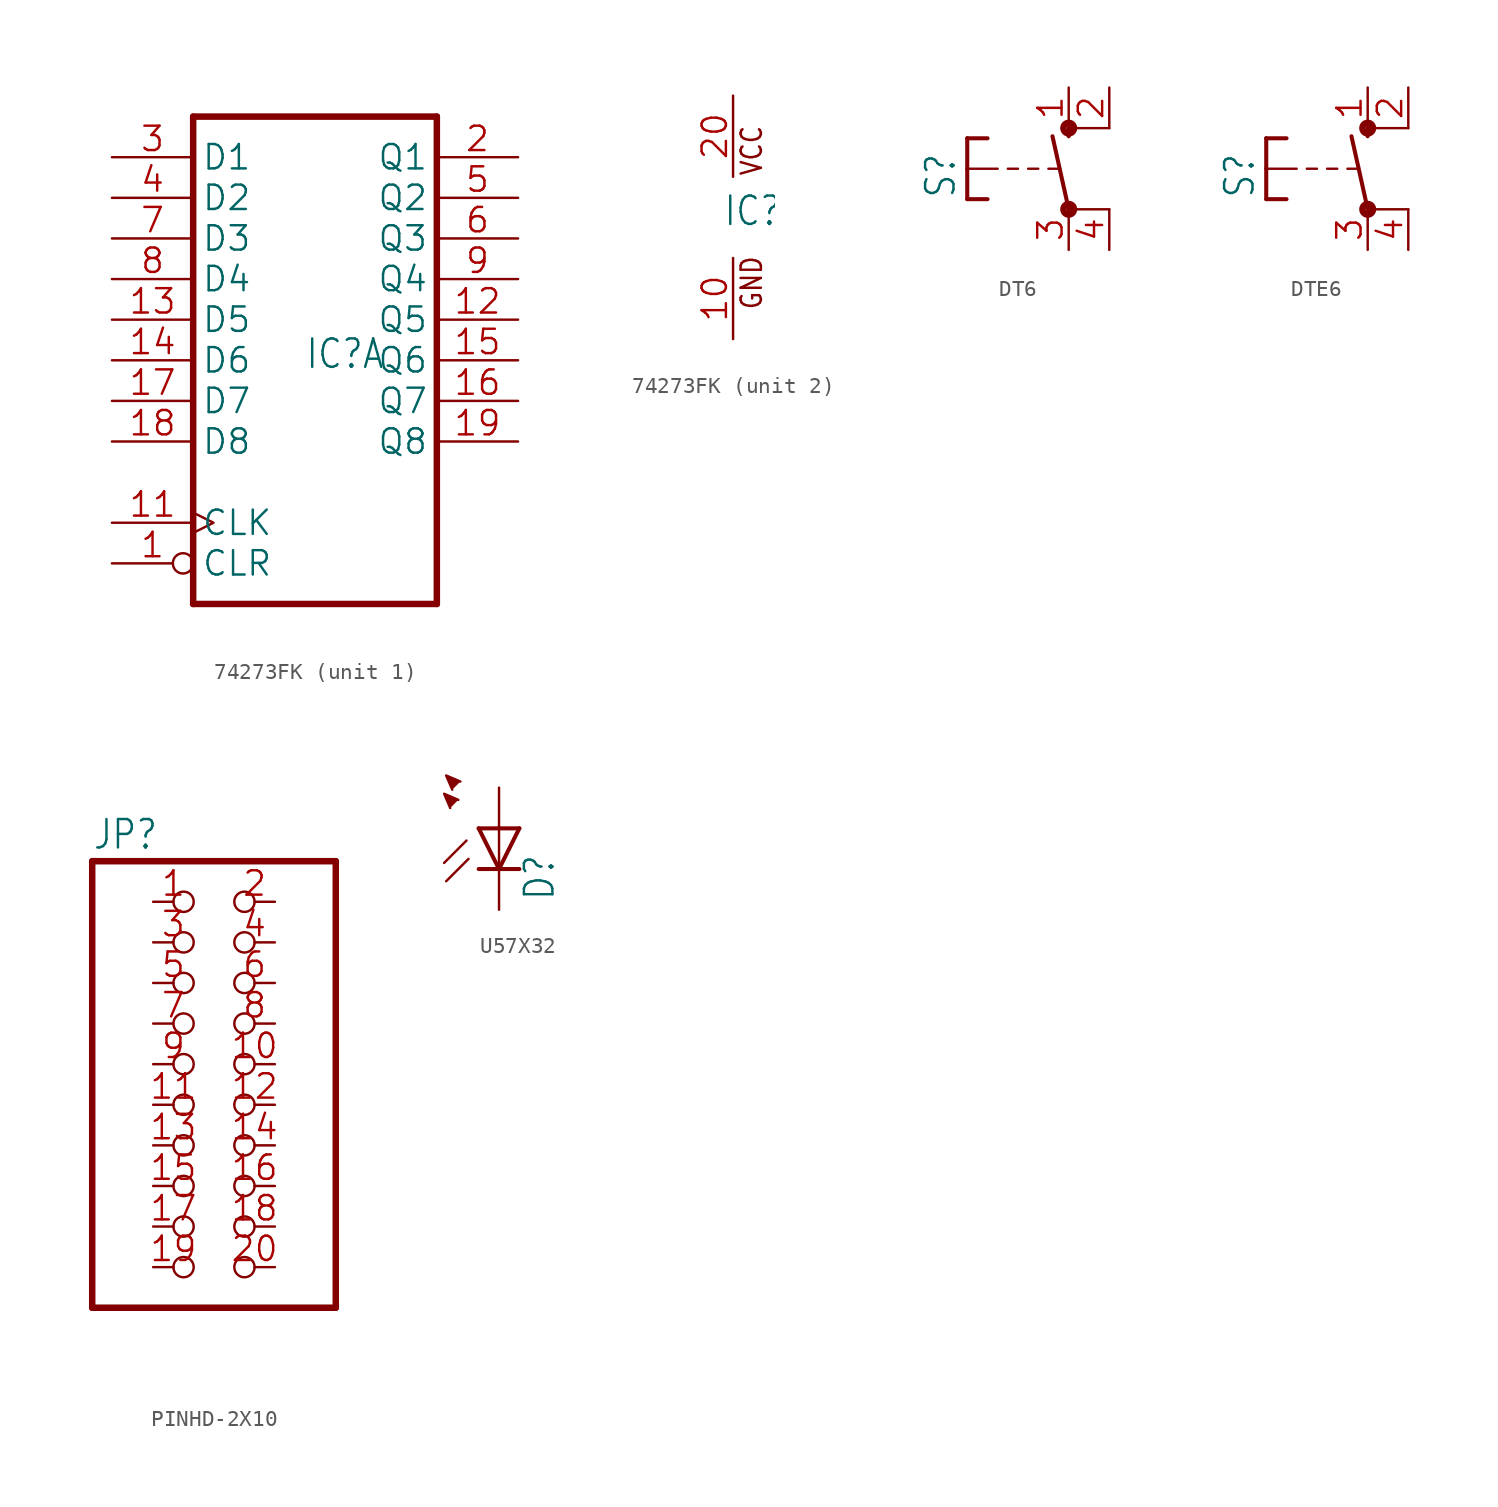
<source format=kicad_sym>
(kicad_symbol_lib
  (version 20241209)
  (generator "kicad_symbol_editor")
  (generator_version "9.0")
  (symbol "74273FK"
    (property "Reference" "IC"
      (at -0.635 -0.635 0)
      (effects (font (size 1.778 1.511)) (justify left bottom)))
    (property "ki_locked" ""
      (at 0 0 0)
      (effects (font (size 1.27 1.27))))
    (symbol "74273FK_1_0"
      (polyline (pts (xy -7.62 15.24) (xy -7.62 -15.24)) (stroke (width 0.406) (type solid)) (fill (type none)))
      (polyline (pts (xy -7.62 -15.24) (xy 7.62 -15.24)) (stroke (width 0.406) (type solid)) (fill (type none)))
      (polyline (pts (xy 7.62 15.24) (xy -7.62 15.24)) (stroke (width 0.406) (type solid)) (fill (type none)))
      (polyline (pts (xy 7.62 -15.24) (xy 7.62 15.24)) (stroke (width 0.406) (type solid)) (fill (type none)))
      (pin input line (at -12.7 12.7 0) (length 5.08) (name "D1" (effects (font (size 1.524 1.524)))) (number "3" (effects (font (size 1.524 1.524)))))
      (pin input line (at -12.7 10.16 0) (length 5.08) (name "D2" (effects (font (size 1.524 1.524)))) (number "4" (effects (font (size 1.524 1.524)))))
      (pin input line (at -12.7 7.62 0) (length 5.08) (name "D3" (effects (font (size 1.524 1.524)))) (number "7" (effects (font (size 1.524 1.524)))))
      (pin input line (at -12.7 5.08 0) (length 5.08) (name "D4" (effects (font (size 1.524 1.524)))) (number "8" (effects (font (size 1.524 1.524)))))
      (pin input line (at -12.7 2.54 0) (length 5.08) (name "D5" (effects (font (size 1.524 1.524)))) (number "13" (effects (font (size 1.524 1.524)))))
      (pin input line (at -12.7 0 0) (length 5.08) (name "D6" (effects (font (size 1.524 1.524)))) (number "14" (effects (font (size 1.524 1.524)))))
      (pin input line (at -12.7 -2.54 0) (length 5.08) (name "D7" (effects (font (size 1.524 1.524)))) (number "17" (effects (font (size 1.524 1.524)))))
      (pin input line (at -12.7 -5.08 0) (length 5.08) (name "D8" (effects (font (size 1.524 1.524)))) (number "18" (effects (font (size 1.524 1.524)))))
      (pin input clock (at -12.7 -10.16 0) (length 5.08) (name "CLK" (effects (font (size 1.524 1.524)))) (number "11" (effects (font (size 1.524 1.524)))))
      (pin input inverted (at -12.7 -12.7 0) (length 5.08) (name "CLR" (effects (font (size 1.524 1.524)))) (number "1" (effects (font (size 1.524 1.524)))))
      (pin output line (at 12.7 12.7 180) (length 5.08) (name "Q1" (effects (font (size 1.524 1.524)))) (number "2" (effects (font (size 1.524 1.524)))))
      (pin output line (at 12.7 10.16 180) (length 5.08) (name "Q2" (effects (font (size 1.524 1.524)))) (number "5" (effects (font (size 1.524 1.524)))))
      (pin output line (at 12.7 7.62 180) (length 5.08) (name "Q3" (effects (font (size 1.524 1.524)))) (number "6" (effects (font (size 1.524 1.524)))))
      (pin output line (at 12.7 5.08 180) (length 5.08) (name "Q4" (effects (font (size 1.524 1.524)))) (number "9" (effects (font (size 1.524 1.524)))))
      (pin output line (at 12.7 2.54 180) (length 5.08) (name "Q5" (effects (font (size 1.524 1.524)))) (number "12" (effects (font (size 1.524 1.524)))))
      (pin output line (at 12.7 0 180) (length 5.08) (name "Q6" (effects (font (size 1.524 1.524)))) (number "15" (effects (font (size 1.524 1.524)))))
      (pin output line (at 12.7 -2.54 180) (length 5.08) (name "Q7" (effects (font (size 1.524 1.524)))) (number "16" (effects (font (size 1.524 1.524)))))
      (pin output line (at 12.7 -5.08 180) (length 5.08) (name "Q8" (effects (font (size 1.524 1.524)))) (number "19" (effects (font (size 1.524 1.524))))))
    (symbol "74273FK_2_0"
      (text "VCC" (at 1.905 2.54 900) (effects (font (size 1.27 1.079)) (justify left bottom)))
      (text "GND" (at 1.905 -5.842 900) (effects (font (size 1.27 1.079)) (justify left bottom)))
      (pin power_in line (at 0 7.62 270) (length 5.08) (name "VCC" (effects (font (size 0 0)))) (number "20" (effects (font (size 1.524 1.524)))))
      (pin power_in line (at 0 -7.62 90) (length 5.08) (name "GND" (effects (font (size 0 0)))) (number "10" (effects (font (size 1.524 1.524)))))))
  (symbol "DT6"
    (property "Reference" "S"
      (at -6.985 -1.905 90)
      (effects (font (size 1.778 1.511)) (justify left bottom)))
    (property "Value" ""
      (at -4.445 2.54 90)
      (effects (font (size 1.778 1.511)) (justify left bottom)))
    (property "ki_locked" ""
      (at 0 0 0)
      (effects (font (size 1.27 1.27))))
    (symbol "DT6_1_0"
      (polyline (pts (xy -6.35 1.905) (xy -6.35 0)) (stroke (width 0.254) (type solid)) (fill (type none)))
      (polyline (pts (xy -6.35 1.905) (xy -5.08 1.905)) (stroke (width 0.254) (type solid)) (fill (type none)))
      (polyline (pts (xy -6.35 0) (xy -6.35 -1.905)) (stroke (width 0.254) (type solid)) (fill (type none)))
      (polyline (pts (xy -6.35 0) (xy -4.445 0)) (stroke (width 0.152) (type solid)) (fill (type none)))
      (polyline (pts (xy -6.35 -1.905) (xy -5.08 -1.905)) (stroke (width 0.254) (type solid)) (fill (type none)))
      (polyline (pts (xy -3.81 0) (xy -3.175 0)) (stroke (width 0.152) (type solid)) (fill (type none)))
      (polyline (pts (xy -2.54 0) (xy -1.905 0)) (stroke (width 0.152) (type solid)) (fill (type none)))
      (polyline (pts (xy -1.27 0) (xy -0.635 0)) (stroke (width 0.152) (type solid)) (fill (type none)))
      (circle (center 0 2.54) (radius 0.127) (stroke (width 0.406) (type solid)) (fill (type none)))
      (polyline (pts (xy 0 2.032) (xy 0 2.54)) (stroke (width 0.254) (type solid)) (fill (type none)))
      (polyline (pts (xy 0 -2.54) (xy -1.016 2.032)) (stroke (width 0.254) (type solid)) (fill (type none)))
      (circle (center 0 -2.54) (radius 0.127) (stroke (width 0.406) (type solid)) (fill (type none)))
      (polyline (pts (xy 2.54 2.54) (xy 0 2.54)) (stroke (width 0.152) (type solid)) (fill (type none)))
      (polyline (pts (xy 2.54 -2.54) (xy 0 -2.54)) (stroke (width 0.152) (type solid)) (fill (type none)))
      (pin passive line (at 0 5.08 270) (length 2.54) (name "S" (effects (font (size 0 0)))) (number "1" (effects (font (size 1.524 1.524)))))
      (pin passive line (at 0 -5.08 90) (length 2.54) (name "P" (effects (font (size 0 0)))) (number "3" (effects (font (size 1.524 1.524)))))
      (pin passive line (at 2.54 5.08 270) (length 2.54) (name "S@1" (effects (font (size 0 0)))) (number "2" (effects (font (size 1.524 1.524)))))
      (pin passive line (at 2.54 -5.08 90) (length 2.54) (name "P@1" (effects (font (size 0 0)))) (number "4" (effects (font (size 1.524 1.524)))))))
  (symbol "DTE6"
    (property "Reference" "S"
      (at -6.985 -1.905 90)
      (effects (font (size 1.778 1.511)) (justify left bottom)))
    (property "Value" ""
      (at -4.445 2.54 90)
      (effects (font (size 1.778 1.511)) (justify left bottom)))
    (property "ki_locked" ""
      (at 0 0 0)
      (effects (font (size 1.27 1.27))))
    (symbol "DTE6_1_0"
      (polyline (pts (xy -6.35 1.905) (xy -6.35 0)) (stroke (width 0.254) (type solid)) (fill (type none)))
      (polyline (pts (xy -6.35 1.905) (xy -5.08 1.905)) (stroke (width 0.254) (type solid)) (fill (type none)))
      (polyline (pts (xy -6.35 0) (xy -6.35 -1.905)) (stroke (width 0.254) (type solid)) (fill (type none)))
      (polyline (pts (xy -6.35 0) (xy -4.445 0)) (stroke (width 0.152) (type solid)) (fill (type none)))
      (polyline (pts (xy -6.35 -1.905) (xy -5.08 -1.905)) (stroke (width 0.254) (type solid)) (fill (type none)))
      (polyline (pts (xy -3.81 0) (xy -3.175 0)) (stroke (width 0.152) (type solid)) (fill (type none)))
      (polyline (pts (xy -2.54 0) (xy -1.905 0)) (stroke (width 0.152) (type solid)) (fill (type none)))
      (polyline (pts (xy -1.27 0) (xy -0.635 0)) (stroke (width 0.152) (type solid)) (fill (type none)))
      (circle (center 0 2.54) (radius 0.127) (stroke (width 0.406) (type solid)) (fill (type none)))
      (polyline (pts (xy 0 2.032) (xy 0 2.54)) (stroke (width 0.254) (type solid)) (fill (type none)))
      (polyline (pts (xy 0 -2.54) (xy -1.016 2.032)) (stroke (width 0.254) (type solid)) (fill (type none)))
      (circle (center 0 -2.54) (radius 0.127) (stroke (width 0.406) (type solid)) (fill (type none)))
      (polyline (pts (xy 2.54 2.54) (xy 0 2.54)) (stroke (width 0.152) (type solid)) (fill (type none)))
      (polyline (pts (xy 2.54 -2.54) (xy 0 -2.54)) (stroke (width 0.152) (type solid)) (fill (type none)))
      (pin passive line (at 0 5.08 270) (length 2.54) (name "S" (effects (font (size 0 0)))) (number "1" (effects (font (size 1.524 1.524)))))
      (pin passive line (at 0 -5.08 90) (length 2.54) (name "P" (effects (font (size 0 0)))) (number "3" (effects (font (size 1.524 1.524)))))
      (pin passive line (at 2.54 5.08 270) (length 2.54) (name "S@1" (effects (font (size 0 0)))) (number "2" (effects (font (size 1.524 1.524)))))
      (pin passive line (at 2.54 -5.08 90) (length 2.54) (name "P@1" (effects (font (size 0 0)))) (number "4" (effects (font (size 1.524 1.524)))))))
  (symbol "PINHD-2X10"
    (property "Reference" "JP"
      (at -6.35 13.335 0)
      (effects (font (size 1.778 1.511)) (justify left bottom)))
    (property "Value" ""
      (at -6.35 -17.78 0)
      (effects (font (size 1.778 1.511)) (justify left bottom)))
    (property "ki_locked" ""
      (at 0 0 0)
      (effects (font (size 1.27 1.27))))
    (symbol "PINHD-2X10_1_0"
      (polyline (pts (xy -6.35 12.7) (xy -6.35 -15.24)) (stroke (width 0.406) (type solid)) (fill (type none)))
      (polyline (pts (xy -6.35 -15.24) (xy 8.89 -15.24)) (stroke (width 0.406) (type solid)) (fill (type none)))
      (polyline (pts (xy 8.89 12.7) (xy -6.35 12.7)) (stroke (width 0.406) (type solid)) (fill (type none)))
      (polyline (pts (xy 8.89 -15.24) (xy 8.89 12.7)) (stroke (width 0.406) (type solid)) (fill (type none)))
      (pin passive inverted (at -2.54 10.16 0) (length 2.54) (name "1" (effects (font (size 0 0)))) (number "1" (effects (font (size 1.524 1.524)))))
      (pin passive inverted (at -2.54 7.62 0) (length 2.54) (name "3" (effects (font (size 0 0)))) (number "3" (effects (font (size 1.524 1.524)))))
      (pin passive inverted (at -2.54 5.08 0) (length 2.54) (name "5" (effects (font (size 0 0)))) (number "5" (effects (font (size 1.524 1.524)))))
      (pin passive inverted (at -2.54 2.54 0) (length 2.54) (name "7" (effects (font (size 0 0)))) (number "7" (effects (font (size 1.524 1.524)))))
      (pin passive inverted (at -2.54 0 0) (length 2.54) (name "9" (effects (font (size 0 0)))) (number "9" (effects (font (size 1.524 1.524)))))
      (pin passive inverted (at -2.54 -2.54 0) (length 2.54) (name "11" (effects (font (size 0 0)))) (number "11" (effects (font (size 1.524 1.524)))))
      (pin passive inverted (at -2.54 -5.08 0) (length 2.54) (name "13" (effects (font (size 0 0)))) (number "13" (effects (font (size 1.524 1.524)))))
      (pin passive inverted (at -2.54 -7.62 0) (length 2.54) (name "15" (effects (font (size 0 0)))) (number "15" (effects (font (size 1.524 1.524)))))
      (pin passive inverted (at -2.54 -10.16 0) (length 2.54) (name "17" (effects (font (size 0 0)))) (number "17" (effects (font (size 1.524 1.524)))))
      (pin passive inverted (at -2.54 -12.7 0) (length 2.54) (name "19" (effects (font (size 0 0)))) (number "19" (effects (font (size 1.524 1.524)))))
      (pin passive inverted (at 5.08 10.16 180) (length 2.54) (name "2" (effects (font (size 0 0)))) (number "2" (effects (font (size 1.524 1.524)))))
      (pin passive inverted (at 5.08 7.62 180) (length 2.54) (name "4" (effects (font (size 0 0)))) (number "4" (effects (font (size 1.524 1.524)))))
      (pin passive inverted (at 5.08 5.08 180) (length 2.54) (name "6" (effects (font (size 0 0)))) (number "6" (effects (font (size 1.524 1.524)))))
      (pin passive inverted (at 5.08 2.54 180) (length 2.54) (name "8" (effects (font (size 0 0)))) (number "8" (effects (font (size 1.524 1.524)))))
      (pin passive inverted (at 5.08 0 180) (length 2.54) (name "10" (effects (font (size 0 0)))) (number "10" (effects (font (size 1.524 1.524)))))
      (pin passive inverted (at 5.08 -2.54 180) (length 2.54) (name "12" (effects (font (size 0 0)))) (number "12" (effects (font (size 1.524 1.524)))))
      (pin passive inverted (at 5.08 -5.08 180) (length 2.54) (name "14" (effects (font (size 0 0)))) (number "14" (effects (font (size 1.524 1.524)))))
      (pin passive inverted (at 5.08 -7.62 180) (length 2.54) (name "16" (effects (font (size 0 0)))) (number "16" (effects (font (size 1.524 1.524)))))
      (pin passive inverted (at 5.08 -10.16 180) (length 2.54) (name "18" (effects (font (size 0 0)))) (number "18" (effects (font (size 1.524 1.524)))))
      (pin passive inverted (at 5.08 -12.7 180) (length 2.54) (name "20" (effects (font (size 0 0)))) (number "20" (effects (font (size 1.524 1.524)))))))
  (symbol "U57X32"
    (property "Reference" "D"
      (at 3.556 -4.572 90)
      (effects (font (size 1.778 1.511)) (justify left bottom)))
    (property "Value" ""
      (at 5.715 -4.572 90)
      (effects (font (size 1.778 1.511)) (justify left bottom)))
    (property "ki_locked" ""
      (at 0 0 0)
      (effects (font (size 1.27 1.27))))
    (symbol "U57X32_1_0"
      (polyline (pts (xy -3.048 1.27) (xy -3.429 2.159) (xy -2.54 1.778)) (stroke (width 0.152) (type solid)) (fill (type outline)))
      (polyline (pts (xy -2.921 2.413) (xy -3.302 3.302) (xy -2.413 2.921)) (stroke (width 0.152) (type solid)) (fill (type outline)))
      (polyline (pts (xy -2.032 -0.762) (xy -3.429 -2.159)) (stroke (width 0.152) (type solid)) (fill (type none)))
      (polyline (pts (xy -1.905 -1.905) (xy -3.302 -3.302)) (stroke (width 0.152) (type solid)) (fill (type none)))
      (polyline (pts (xy 0 0) (xy -1.27 0)) (stroke (width 0.254) (type solid)) (fill (type none)))
      (polyline (pts (xy 0 0) (xy 0 -2.54)) (stroke (width 0.152) (type solid)) (fill (type none)))
      (polyline (pts (xy 0 -2.54) (xy -1.27 0)) (stroke (width 0.254) (type solid)) (fill (type none)))
      (polyline (pts (xy 0 -2.54) (xy -1.27 -2.54)) (stroke (width 0.254) (type solid)) (fill (type none)))
      (polyline (pts (xy 1.27 0) (xy 0 0)) (stroke (width 0.254) (type solid)) (fill (type none)))
      (polyline (pts (xy 1.27 0) (xy 0 -2.54)) (stroke (width 0.254) (type solid)) (fill (type none)))
      (polyline (pts (xy 1.27 -2.54) (xy 0 -2.54)) (stroke (width 0.254) (type solid)) (fill (type none)))
      (pin passive line (at 0 2.54 270) (length 2.54) (name "A" (effects (font (size 0 0)))) (number "A" (effects (font (size 0 0)))))
      (pin passive line (at 0 -5.08 90) (length 2.54) (name "C" (effects (font (size 0 0)))) (number "K" (effects (font (size 0 0))))))))
</source>
